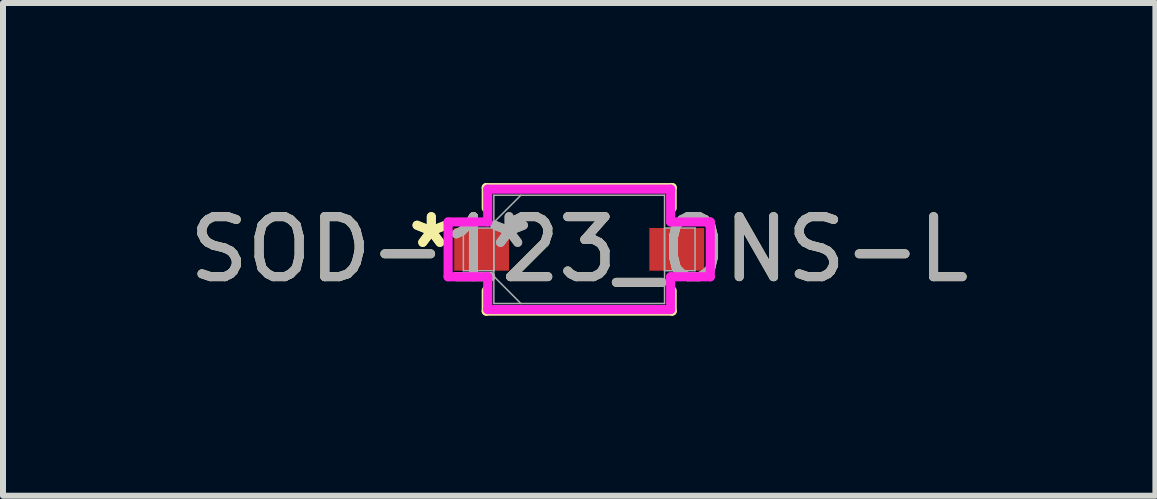
<source format=kicad_pcb>
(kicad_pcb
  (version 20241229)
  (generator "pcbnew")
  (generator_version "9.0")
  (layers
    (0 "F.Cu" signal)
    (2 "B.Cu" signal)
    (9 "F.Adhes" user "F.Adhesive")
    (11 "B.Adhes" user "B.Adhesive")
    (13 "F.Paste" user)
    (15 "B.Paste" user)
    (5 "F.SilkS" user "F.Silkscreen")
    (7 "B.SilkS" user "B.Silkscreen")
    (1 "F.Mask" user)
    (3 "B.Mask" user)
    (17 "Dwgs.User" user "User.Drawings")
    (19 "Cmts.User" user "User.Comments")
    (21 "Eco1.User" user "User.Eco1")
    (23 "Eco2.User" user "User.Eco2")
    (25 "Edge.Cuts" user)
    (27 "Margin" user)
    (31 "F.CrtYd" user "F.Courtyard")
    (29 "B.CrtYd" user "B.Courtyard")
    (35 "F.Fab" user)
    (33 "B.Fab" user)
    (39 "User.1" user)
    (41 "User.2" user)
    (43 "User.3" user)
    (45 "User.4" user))
  (footprint "SOD-123_ONS-L"
    (layer "F.Cu")
    (at 6.601 1.105)
    (property "Reference" "SOD-123_ONS-L" (at 0 0 0) (unlocked yes) (layer "F.SilkS") (effects (font (size 1 1) (thickness 0.15))))
    (attr smd)
    (fp_line (start -1.549 -1.029) (end -1.549 -0.688) (stroke (width 0.152) (type solid)) (layer "F.SilkS"))
    (fp_line (start -1.549 0.688) (end -1.549 1.029) (stroke (width 0.152) (type solid)) (layer "F.SilkS"))
    (fp_line (start -1.549 1.029) (end 1.549 1.029) (stroke (width 0.152) (type solid)) (layer "F.SilkS"))
    (fp_line (start 1.549 -1.029) (end -1.549 -1.029) (stroke (width 0.152) (type solid)) (layer "F.SilkS"))
    (fp_line (start 1.549 -0.688) (end 1.549 -1.029) (stroke (width 0.152) (type solid)) (layer "F.SilkS"))
    (fp_line (start 1.549 1.029) (end 1.549 0.688) (stroke (width 0.152) (type solid)) (layer "F.SilkS"))
    (fp_line (start -2.184 -0.457) (end -1.524 -0.457) (stroke (width 0.152) (type solid)) (layer "F.CrtYd"))
    (fp_line (start -2.184 0.457) (end -2.184 -0.457) (stroke (width 0.152) (type solid)) (layer "F.CrtYd"))
    (fp_line (start -1.524 -1.003) (end 1.524 -1.003) (stroke (width 0.152) (type solid)) (layer "F.CrtYd"))
    (fp_line (start -1.524 -0.457) (end -1.524 -1.003) (stroke (width 0.152) (type solid)) (layer "F.CrtYd"))
    (fp_line (start -1.524 0.457) (end -2.184 0.457) (stroke (width 0.152) (type solid)) (layer "F.CrtYd"))
    (fp_line (start -1.524 1.003) (end -1.524 0.457) (stroke (width 0.152) (type solid)) (layer "F.CrtYd"))
    (fp_line (start 1.524 -1.003) (end 1.524 -0.457) (stroke (width 0.152) (type solid)) (layer "F.CrtYd"))
    (fp_line (start 1.524 -0.457) (end 2.184 -0.457) (stroke (width 0.152) (type solid)) (layer "F.CrtYd"))
    (fp_line (start 1.524 0.457) (end 1.524 1.003) (stroke (width 0.152) (type solid)) (layer "F.CrtYd"))
    (fp_line (start 1.524 1.003) (end -1.524 1.003) (stroke (width 0.152) (type solid)) (layer "F.CrtYd"))
    (fp_line (start 2.184 -0.457) (end 2.184 0.457) (stroke (width 0.152) (type solid)) (layer "F.CrtYd"))
    (fp_line (start 2.184 0.457) (end 1.524 0.457) (stroke (width 0.152) (type solid)) (layer "F.CrtYd"))
    (fp_line (start -1.93 -0.356) (end -1.93 0.356) (stroke (width 0.025) (type solid)) (layer "F.Fab"))
    (fp_line (start -1.93 0.356) (end -1.422 0.356) (stroke (width 0.025) (type solid)) (layer "F.Fab"))
    (fp_line (start -1.422 -0.902) (end -1.422 0.902) (stroke (width 0.025) (type solid)) (layer "F.Fab"))
    (fp_line (start -1.422 -0.451) (end -0.972 -0.902) (stroke (width 0.025) (type solid)) (layer "F.Fab"))
    (fp_line (start -1.422 -0.356) (end -1.93 -0.356) (stroke (width 0.025) (type solid)) (layer "F.Fab"))
    (fp_line (start -1.422 0.356) (end -1.422 -0.356) (stroke (width 0.025) (type solid)) (layer "F.Fab"))
    (fp_line (start -1.422 0.451) (end -0.972 0.902) (stroke (width 0.025) (type solid)) (layer "F.Fab"))
    (fp_line (start -1.422 0.902) (end 1.422 0.902) (stroke (width 0.025) (type solid)) (layer "F.Fab"))
    (fp_line (start 1.422 -0.902) (end -1.422 -0.902) (stroke (width 0.025) (type solid)) (layer "F.Fab"))
    (fp_line (start 1.422 -0.356) (end 1.422 0.356) (stroke (width 0.025) (type solid)) (layer "F.Fab"))
    (fp_line (start 1.422 0.356) (end 1.93 0.356) (stroke (width 0.025) (type solid)) (layer "F.Fab"))
    (fp_line (start 1.422 0.902) (end 1.422 -0.902) (stroke (width 0.025) (type solid)) (layer "F.Fab"))
    (fp_line (start 1.93 -0.356) (end 1.422 -0.356) (stroke (width 0.025) (type solid)) (layer "F.Fab"))
    (fp_line (start 1.93 0.356) (end 1.93 -0.356) (stroke (width 0.025) (type solid)) (layer "F.Fab"))
    (fp_text user "*" (at -2.464 0 0) (unlocked yes) (layer "F.SilkS") (effects (font (size 1 1) (thickness 0.15))))
    (fp_text user "*" (at -2.464 0 0) (layer "F.SilkS") (effects (font (size 1 1) (thickness 0.15))))
    (fp_text user "*" (at -1.168 0 0) (layer "F.Fab") (effects (font (size 1 1) (thickness 0.15))))
    (fp_text user "*" (at -1.168 0 0) (unlocked yes) (layer "F.Fab") (effects (font (size 1 1) (thickness 0.15))))
    (fp_text user "${REFERENCE}" (at 0 0 0) (unlocked yes) (layer "F.Fab") (effects (font (size 1 1) (thickness 0.15))))
    (pad "1" smd rect (at -1.626 0) (size 0.914 0.711) (layers "F.Cu" "F.Mask" "F.Paste"))
    (pad "2" smd rect (at 1.626 0) (size 0.914 0.711) (layers "F.Cu" "F.Mask" "F.Paste")))
  (gr_rect
    (start -3 -3)
    (end 16.202 5.21)
    (stroke (width 0.1) (type default))
    (fill no)
    (layer "Edge.Cuts")))
</source>
